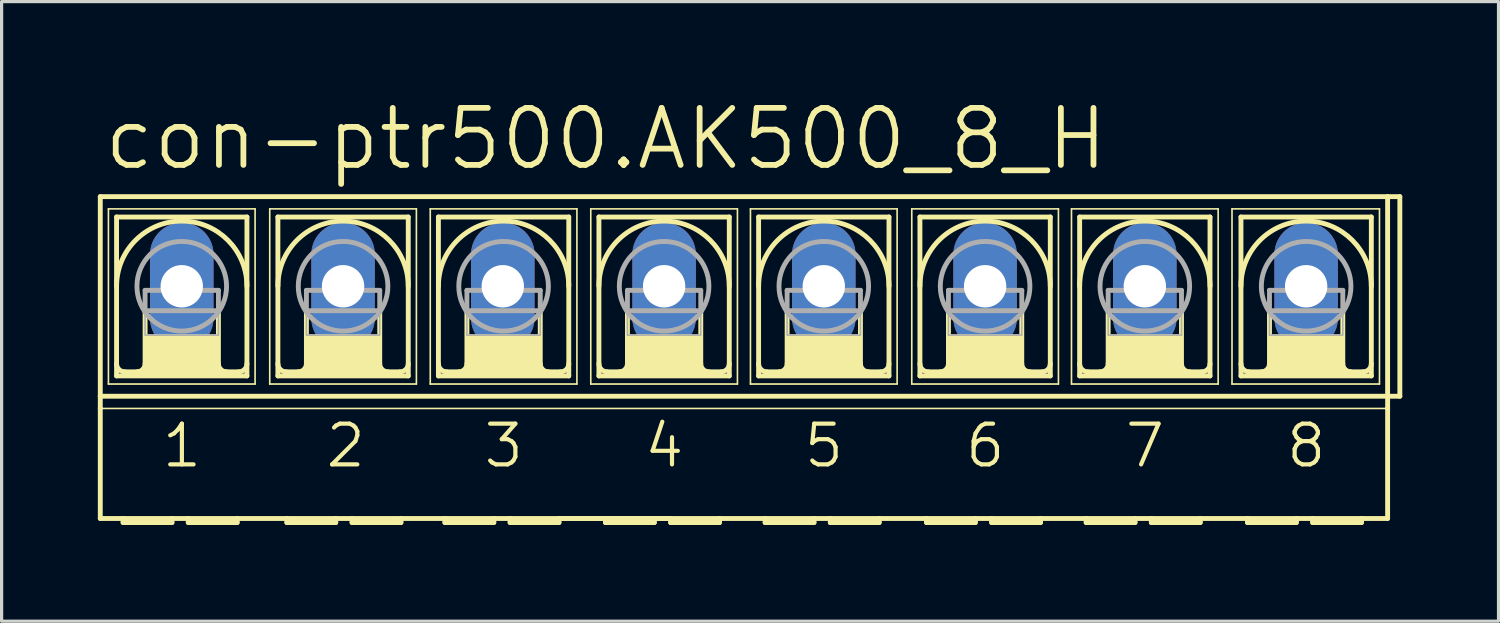
<source format=kicad_pcb>
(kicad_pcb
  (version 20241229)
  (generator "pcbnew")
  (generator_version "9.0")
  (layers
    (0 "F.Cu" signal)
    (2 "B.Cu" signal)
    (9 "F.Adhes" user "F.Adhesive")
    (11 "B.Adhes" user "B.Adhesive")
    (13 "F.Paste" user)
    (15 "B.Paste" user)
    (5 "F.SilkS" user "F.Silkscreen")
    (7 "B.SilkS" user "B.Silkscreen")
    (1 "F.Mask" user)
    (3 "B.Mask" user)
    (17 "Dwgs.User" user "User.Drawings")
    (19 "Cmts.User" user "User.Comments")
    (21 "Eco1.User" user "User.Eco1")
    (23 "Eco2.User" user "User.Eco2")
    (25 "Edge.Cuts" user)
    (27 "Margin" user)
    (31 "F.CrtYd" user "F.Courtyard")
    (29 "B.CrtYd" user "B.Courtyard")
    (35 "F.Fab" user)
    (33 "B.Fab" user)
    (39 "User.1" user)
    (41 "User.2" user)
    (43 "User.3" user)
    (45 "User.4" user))
  (footprint "con-ptr500.AK500_8_H"
    (layer "F.Cu")
    (at 20.142 5.874)
    (property "Reference" "con-ptr500.AK500_8_H" (at -20.041 -3.556 0) (layer "F.SilkS") (effects (font (size 1.778 1.778) (thickness 0.18)) (justify left bottom)))
    (attr through_hole)
    (fp_line (start -20.066 3.429) (end -20.066 -2.794) (stroke (width 0.152) (type default)) (layer "F.SilkS"))
    (fp_line (start -20.066 3.429) (end 20.066 3.429) (stroke (width 0.152) (type default)) (layer "F.SilkS"))
    (fp_line (start -20.066 3.81) (end -20.066 3.429) (stroke (width 0.152) (type default)) (layer "F.SilkS"))
    (fp_line (start -20.066 7.239) (end -20.066 3.81) (stroke (width 0.152) (type default)) (layer "F.SilkS"))
    (fp_line (start -20.066 7.239) (end -19.355 7.239) (stroke (width 0.152) (type default)) (layer "F.SilkS"))
    (fp_line (start -19.812 -2.413) (end -19.812 3.048) (stroke (width 0.051) (type default)) (layer "F.SilkS"))
    (fp_line (start -19.812 -2.413) (end -15.24 -2.413) (stroke (width 0.051) (type default)) (layer "F.SilkS"))
    (fp_line (start -19.558 2.794) (end -19.558 -2.159) (stroke (width 0.152) (type default)) (layer "F.SilkS"))
    (fp_line (start -19.558 2.794) (end -15.494 2.794) (stroke (width 0.152) (type default)) (layer "F.SilkS"))
    (fp_line (start -19.355 7.239) (end -17.831 7.239) (stroke (width 0.152) (type default)) (layer "F.SilkS"))
    (fp_line (start -19.355 7.366) (end -19.355 7.239) (stroke (width 0.152) (type default)) (layer "F.SilkS"))
    (fp_line (start -19.355 7.366) (end -17.831 7.366) (stroke (width 0.152) (type default)) (layer "F.SilkS"))
    (fp_line (start -18.669 0.762) (end -18.669 2.413) (stroke (width 0.152) (type default)) (layer "F.SilkS"))
    (fp_line (start -17.831 7.239) (end -17.831 7.366) (stroke (width 0.152) (type default)) (layer "F.SilkS"))
    (fp_line (start -17.831 7.239) (end -17.323 7.239) (stroke (width 0.152) (type default)) (layer "F.SilkS"))
    (fp_line (start -17.323 7.239) (end -15.799 7.239) (stroke (width 0.152) (type default)) (layer "F.SilkS"))
    (fp_line (start -17.323 7.366) (end -17.323 7.239) (stroke (width 0.152) (type default)) (layer "F.SilkS"))
    (fp_line (start -17.323 7.366) (end -15.799 7.366) (stroke (width 0.152) (type default)) (layer "F.SilkS"))
    (fp_line (start -16.383 0.762) (end -16.383 2.413) (stroke (width 0.152) (type default)) (layer "F.SilkS"))
    (fp_line (start -15.799 7.239) (end -14.249 7.239) (stroke (width 0.152) (type default)) (layer "F.SilkS"))
    (fp_line (start -15.799 7.366) (end -15.799 7.239) (stroke (width 0.152) (type default)) (layer "F.SilkS"))
    (fp_line (start -15.748 2.667) (end -19.304 2.667) (stroke (width 0.152) (type default)) (layer "F.SilkS"))
    (fp_line (start -15.494 -2.159) (end -19.558 -2.159) (stroke (width 0.152) (type default)) (layer "F.SilkS"))
    (fp_line (start -15.494 -2.159) (end -15.494 2.794) (stroke (width 0.152) (type default)) (layer "F.SilkS"))
    (fp_line (start -15.24 -2.413) (end -15.24 3.048) (stroke (width 0.051) (type default)) (layer "F.SilkS"))
    (fp_line (start -15.24 3.048) (end -19.812 3.048) (stroke (width 0.051) (type default)) (layer "F.SilkS"))
    (fp_line (start -14.783 -2.413) (end -14.783 3.048) (stroke (width 0.051) (type default)) (layer "F.SilkS"))
    (fp_line (start -14.783 -2.413) (end -10.211 -2.413) (stroke (width 0.051) (type default)) (layer "F.SilkS"))
    (fp_line (start -14.529 -2.159) (end -14.529 2.794) (stroke (width 0.152) (type default)) (layer "F.SilkS"))
    (fp_line (start -14.529 2.794) (end -10.465 2.794) (stroke (width 0.152) (type default)) (layer "F.SilkS"))
    (fp_line (start -14.249 7.239) (end -12.725 7.239) (stroke (width 0.152) (type default)) (layer "F.SilkS"))
    (fp_line (start -14.249 7.366) (end -14.249 7.239) (stroke (width 0.152) (type default)) (layer "F.SilkS"))
    (fp_line (start -14.249 7.366) (end -12.725 7.366) (stroke (width 0.152) (type default)) (layer "F.SilkS"))
    (fp_line (start -13.64 0.762) (end -13.64 2.413) (stroke (width 0.152) (type default)) (layer "F.SilkS"))
    (fp_line (start -12.725 7.239) (end -12.725 7.366) (stroke (width 0.152) (type default)) (layer "F.SilkS"))
    (fp_line (start -12.725 7.239) (end -12.217 7.239) (stroke (width 0.152) (type default)) (layer "F.SilkS"))
    (fp_line (start -12.217 7.239) (end -10.693 7.239) (stroke (width 0.152) (type default)) (layer "F.SilkS"))
    (fp_line (start -12.217 7.366) (end -12.217 7.239) (stroke (width 0.152) (type default)) (layer "F.SilkS"))
    (fp_line (start -12.217 7.366) (end -10.693 7.366) (stroke (width 0.152) (type default)) (layer "F.SilkS"))
    (fp_line (start -11.354 0.762) (end -11.354 2.413) (stroke (width 0.152) (type default)) (layer "F.SilkS"))
    (fp_line (start -10.719 2.667) (end -14.275 2.667) (stroke (width 0.152) (type default)) (layer "F.SilkS"))
    (fp_line (start -10.693 7.366) (end -10.693 7.239) (stroke (width 0.152) (type default)) (layer "F.SilkS"))
    (fp_line (start -10.465 -2.159) (end -14.529 -2.159) (stroke (width 0.152) (type default)) (layer "F.SilkS"))
    (fp_line (start -10.465 2.794) (end -10.465 -2.159) (stroke (width 0.152) (type default)) (layer "F.SilkS"))
    (fp_line (start -10.211 3.048) (end -14.783 3.048) (stroke (width 0.051) (type default)) (layer "F.SilkS"))
    (fp_line (start -10.211 3.048) (end -10.211 -2.413) (stroke (width 0.051) (type default)) (layer "F.SilkS"))
    (fp_line (start -9.779 -2.413) (end -9.779 3.048) (stroke (width 0.051) (type default)) (layer "F.SilkS"))
    (fp_line (start -9.779 -2.413) (end -5.207 -2.413) (stroke (width 0.051) (type default)) (layer "F.SilkS"))
    (fp_line (start -9.525 2.794) (end -9.525 -2.159) (stroke (width 0.152) (type default)) (layer "F.SilkS"))
    (fp_line (start -9.525 2.794) (end -5.461 2.794) (stroke (width 0.152) (type default)) (layer "F.SilkS"))
    (fp_line (start -9.322 7.239) (end -10.693 7.239) (stroke (width 0.152) (type default)) (layer "F.SilkS"))
    (fp_line (start -9.322 7.239) (end -9.322 7.366) (stroke (width 0.152) (type default)) (layer "F.SilkS"))
    (fp_line (start -9.322 7.239) (end -7.798 7.239) (stroke (width 0.152) (type default)) (layer "F.SilkS"))
    (fp_line (start -9.322 7.366) (end -7.798 7.366) (stroke (width 0.152) (type default)) (layer "F.SilkS"))
    (fp_line (start -8.636 0.762) (end -8.636 2.413) (stroke (width 0.152) (type default)) (layer "F.SilkS"))
    (fp_line (start -7.798 7.239) (end -7.798 7.366) (stroke (width 0.152) (type default)) (layer "F.SilkS"))
    (fp_line (start -7.798 7.239) (end -7.29 7.239) (stroke (width 0.152) (type default)) (layer "F.SilkS"))
    (fp_line (start -7.29 7.239) (end -7.29 7.366) (stroke (width 0.152) (type default)) (layer "F.SilkS"))
    (fp_line (start -7.29 7.239) (end -5.766 7.239) (stroke (width 0.152) (type default)) (layer "F.SilkS"))
    (fp_line (start -7.29 7.366) (end -5.766 7.366) (stroke (width 0.152) (type default)) (layer "F.SilkS"))
    (fp_line (start -6.35 0.762) (end -6.35 2.413) (stroke (width 0.152) (type default)) (layer "F.SilkS"))
    (fp_line (start -5.766 7.366) (end -5.766 7.239) (stroke (width 0.152) (type default)) (layer "F.SilkS"))
    (fp_line (start -5.715 2.667) (end -9.271 2.667) (stroke (width 0.152) (type default)) (layer "F.SilkS"))
    (fp_line (start -5.461 -2.159) (end -9.525 -2.159) (stroke (width 0.152) (type default)) (layer "F.SilkS"))
    (fp_line (start -5.461 -2.159) (end -5.461 2.794) (stroke (width 0.152) (type default)) (layer "F.SilkS"))
    (fp_line (start -5.207 -2.413) (end -5.207 3.048) (stroke (width 0.051) (type default)) (layer "F.SilkS"))
    (fp_line (start -5.207 3.048) (end -9.779 3.048) (stroke (width 0.051) (type default)) (layer "F.SilkS"))
    (fp_line (start -4.775 -2.413) (end -4.775 3.048) (stroke (width 0.051) (type default)) (layer "F.SilkS"))
    (fp_line (start -4.775 -2.413) (end -0.203 -2.413) (stroke (width 0.051) (type default)) (layer "F.SilkS"))
    (fp_line (start -4.521 2.794) (end -4.521 -2.159) (stroke (width 0.152) (type default)) (layer "F.SilkS"))
    (fp_line (start -4.521 2.794) (end -0.457 2.794) (stroke (width 0.152) (type default)) (layer "F.SilkS"))
    (fp_line (start -4.318 7.239) (end -5.664 7.239) (stroke (width 0.152) (type default)) (layer "F.SilkS"))
    (fp_line (start -4.318 7.239) (end -4.318 7.366) (stroke (width 0.152) (type default)) (layer "F.SilkS"))
    (fp_line (start -4.318 7.239) (end -2.794 7.239) (stroke (width 0.152) (type default)) (layer "F.SilkS"))
    (fp_line (start -4.318 7.366) (end -2.794 7.366) (stroke (width 0.152) (type default)) (layer "F.SilkS"))
    (fp_line (start -3.632 0.762) (end -3.632 2.413) (stroke (width 0.152) (type default)) (layer "F.SilkS"))
    (fp_line (start -2.794 7.239) (end -2.794 7.366) (stroke (width 0.152) (type default)) (layer "F.SilkS"))
    (fp_line (start -2.794 7.239) (end -2.286 7.239) (stroke (width 0.152) (type default)) (layer "F.SilkS"))
    (fp_line (start -2.286 7.239) (end -5.766 7.239) (stroke (width 0.152) (type default)) (layer "F.SilkS"))
    (fp_line (start -2.286 7.239) (end -2.286 7.366) (stroke (width 0.152) (type default)) (layer "F.SilkS"))
    (fp_line (start -2.286 7.366) (end -0.762 7.366) (stroke (width 0.152) (type default)) (layer "F.SilkS"))
    (fp_line (start -1.346 0.762) (end -1.346 2.413) (stroke (width 0.152) (type default)) (layer "F.SilkS"))
    (fp_line (start -0.762 7.239) (end -2.286 7.239) (stroke (width 0.152) (type default)) (layer "F.SilkS"))
    (fp_line (start -0.762 7.366) (end -0.762 7.239) (stroke (width 0.152) (type default)) (layer "F.SilkS"))
    (fp_line (start -0.711 2.667) (end -4.267 2.667) (stroke (width 0.152) (type default)) (layer "F.SilkS"))
    (fp_line (start -0.457 -2.159) (end -4.521 -2.159) (stroke (width 0.152) (type default)) (layer "F.SilkS"))
    (fp_line (start -0.457 -2.159) (end -0.457 2.794) (stroke (width 0.152) (type default)) (layer "F.SilkS"))
    (fp_line (start -0.203 -2.413) (end -0.203 3.048) (stroke (width 0.051) (type default)) (layer "F.SilkS"))
    (fp_line (start -0.203 3.048) (end -4.775 3.048) (stroke (width 0.051) (type default)) (layer "F.SilkS"))
    (fp_line (start 0.203 -2.413) (end 0.203 3.048) (stroke (width 0.051) (type default)) (layer "F.SilkS"))
    (fp_line (start 0.203 -2.413) (end 4.775 -2.413) (stroke (width 0.051) (type default)) (layer "F.SilkS"))
    (fp_line (start 0.457 2.794) (end 0.457 -2.159) (stroke (width 0.152) (type default)) (layer "F.SilkS"))
    (fp_line (start 0.457 2.794) (end 4.521 2.794) (stroke (width 0.152) (type default)) (layer "F.SilkS"))
    (fp_line (start 0.66 7.239) (end -0.762 7.239) (stroke (width 0.152) (type default)) (layer "F.SilkS"))
    (fp_line (start 0.66 7.366) (end 0.66 7.239) (stroke (width 0.152) (type default)) (layer "F.SilkS"))
    (fp_line (start 0.66 7.366) (end 2.184 7.366) (stroke (width 0.152) (type default)) (layer "F.SilkS"))
    (fp_line (start 1.346 0.762) (end 1.346 2.413) (stroke (width 0.152) (type default)) (layer "F.SilkS"))
    (fp_line (start 2.184 7.239) (end 0.66 7.239) (stroke (width 0.152) (type default)) (layer "F.SilkS"))
    (fp_line (start 2.184 7.239) (end 2.184 7.366) (stroke (width 0.152) (type default)) (layer "F.SilkS"))
    (fp_line (start 2.692 7.239) (end 2.184 7.239) (stroke (width 0.152) (type default)) (layer "F.SilkS"))
    (fp_line (start 2.692 7.366) (end 2.692 7.239) (stroke (width 0.152) (type default)) (layer "F.SilkS"))
    (fp_line (start 2.692 7.366) (end 4.216 7.366) (stroke (width 0.152) (type default)) (layer "F.SilkS"))
    (fp_line (start 3.632 0.762) (end 3.632 2.413) (stroke (width 0.152) (type default)) (layer "F.SilkS"))
    (fp_line (start 4.216 7.239) (end 2.692 7.239) (stroke (width 0.152) (type default)) (layer "F.SilkS"))
    (fp_line (start 4.216 7.366) (end 4.216 7.239) (stroke (width 0.152) (type default)) (layer "F.SilkS"))
    (fp_line (start 4.267 2.667) (end 0.711 2.667) (stroke (width 0.152) (type default)) (layer "F.SilkS"))
    (fp_line (start 4.521 -2.159) (end 0.457 -2.159) (stroke (width 0.152) (type default)) (layer "F.SilkS"))
    (fp_line (start 4.521 -2.159) (end 4.521 2.794) (stroke (width 0.152) (type default)) (layer "F.SilkS"))
    (fp_line (start 4.775 -2.413) (end 4.775 3.048) (stroke (width 0.051) (type default)) (layer "F.SilkS"))
    (fp_line (start 4.775 3.048) (end 0.203 3.048) (stroke (width 0.051) (type default)) (layer "F.SilkS"))
    (fp_line (start 5.232 -2.413) (end 5.232 3.048) (stroke (width 0.051) (type default)) (layer "F.SilkS"))
    (fp_line (start 5.232 -2.413) (end 9.804 -2.413) (stroke (width 0.051) (type default)) (layer "F.SilkS"))
    (fp_line (start 5.486 2.794) (end 5.486 -2.159) (stroke (width 0.152) (type default)) (layer "F.SilkS"))
    (fp_line (start 5.486 2.794) (end 9.55 2.794) (stroke (width 0.152) (type default)) (layer "F.SilkS"))
    (fp_line (start 5.69 7.239) (end 4.216 7.239) (stroke (width 0.152) (type default)) (layer "F.SilkS"))
    (fp_line (start 5.69 7.366) (end 5.69 7.239) (stroke (width 0.152) (type default)) (layer "F.SilkS"))
    (fp_line (start 5.69 7.366) (end 7.214 7.366) (stroke (width 0.152) (type default)) (layer "F.SilkS"))
    (fp_line (start 6.375 0.762) (end 6.375 2.413) (stroke (width 0.152) (type default)) (layer "F.SilkS"))
    (fp_line (start 7.214 7.239) (end 5.69 7.239) (stroke (width 0.152) (type default)) (layer "F.SilkS"))
    (fp_line (start 7.214 7.239) (end 7.214 7.366) (stroke (width 0.152) (type default)) (layer "F.SilkS"))
    (fp_line (start 7.722 7.239) (end 7.214 7.239) (stroke (width 0.152) (type default)) (layer "F.SilkS"))
    (fp_line (start 7.722 7.239) (end 9.246 7.239) (stroke (width 0.152) (type default)) (layer "F.SilkS"))
    (fp_line (start 7.722 7.366) (end 7.722 7.239) (stroke (width 0.152) (type default)) (layer "F.SilkS"))
    (fp_line (start 7.722 7.366) (end 9.246 7.366) (stroke (width 0.152) (type default)) (layer "F.SilkS"))
    (fp_line (start 8.661 0.762) (end 8.661 2.413) (stroke (width 0.152) (type default)) (layer "F.SilkS"))
    (fp_line (start 9.246 7.239) (end 10.668 7.239) (stroke (width 0.152) (type default)) (layer "F.SilkS"))
    (fp_line (start 9.246 7.366) (end 9.246 7.239) (stroke (width 0.152) (type default)) (layer "F.SilkS"))
    (fp_line (start 9.296 2.667) (end 5.74 2.667) (stroke (width 0.152) (type default)) (layer "F.SilkS"))
    (fp_line (start 9.55 -2.159) (end 5.486 -2.159) (stroke (width 0.152) (type default)) (layer "F.SilkS"))
    (fp_line (start 9.55 -2.159) (end 9.55 2.794) (stroke (width 0.152) (type default)) (layer "F.SilkS"))
    (fp_line (start 9.804 -2.413) (end 9.804 3.048) (stroke (width 0.051) (type default)) (layer "F.SilkS"))
    (fp_line (start 9.804 3.048) (end 5.232 3.048) (stroke (width 0.051) (type default)) (layer "F.SilkS"))
    (fp_line (start 10.211 -2.413) (end 10.211 3.048) (stroke (width 0.051) (type default)) (layer "F.SilkS"))
    (fp_line (start 10.211 -2.413) (end 14.783 -2.413) (stroke (width 0.051) (type default)) (layer "F.SilkS"))
    (fp_line (start 10.465 2.794) (end 10.465 -2.159) (stroke (width 0.152) (type default)) (layer "F.SilkS"))
    (fp_line (start 10.465 2.794) (end 14.529 2.794) (stroke (width 0.152) (type default)) (layer "F.SilkS"))
    (fp_line (start 10.668 7.366) (end 10.668 7.239) (stroke (width 0.152) (type default)) (layer "F.SilkS"))
    (fp_line (start 10.668 7.366) (end 12.192 7.366) (stroke (width 0.152) (type default)) (layer "F.SilkS"))
    (fp_line (start 11.354 0.762) (end 11.354 2.413) (stroke (width 0.152) (type default)) (layer "F.SilkS"))
    (fp_line (start 12.192 7.239) (end 10.668 7.239) (stroke (width 0.152) (type default)) (layer "F.SilkS"))
    (fp_line (start 12.192 7.239) (end 12.192 7.366) (stroke (width 0.152) (type default)) (layer "F.SilkS"))
    (fp_line (start 12.7 7.239) (end 12.192 7.239) (stroke (width 0.152) (type default)) (layer "F.SilkS"))
    (fp_line (start 12.7 7.239) (end 14.224 7.239) (stroke (width 0.152) (type default)) (layer "F.SilkS"))
    (fp_line (start 12.7 7.366) (end 12.7 7.239) (stroke (width 0.152) (type default)) (layer "F.SilkS"))
    (fp_line (start 12.7 7.366) (end 14.224 7.366) (stroke (width 0.152) (type default)) (layer "F.SilkS"))
    (fp_line (start 13.64 0.762) (end 13.64 2.413) (stroke (width 0.152) (type default)) (layer "F.SilkS"))
    (fp_line (start 14.224 7.366) (end 14.224 7.239) (stroke (width 0.152) (type default)) (layer "F.SilkS"))
    (fp_line (start 14.275 2.667) (end 10.719 2.667) (stroke (width 0.152) (type default)) (layer "F.SilkS"))
    (fp_line (start 14.529 -2.159) (end 10.465 -2.159) (stroke (width 0.152) (type default)) (layer "F.SilkS"))
    (fp_line (start 14.529 -2.159) (end 14.529 2.794) (stroke (width 0.152) (type default)) (layer "F.SilkS"))
    (fp_line (start 14.783 -2.413) (end 14.783 3.048) (stroke (width 0.051) (type default)) (layer "F.SilkS"))
    (fp_line (start 14.783 3.048) (end 10.211 3.048) (stroke (width 0.051) (type default)) (layer "F.SilkS"))
    (fp_line (start 15.215 -2.413) (end 15.215 3.048) (stroke (width 0.051) (type default)) (layer "F.SilkS"))
    (fp_line (start 15.215 -2.413) (end 19.812 -2.413) (stroke (width 0.051) (type default)) (layer "F.SilkS"))
    (fp_line (start 15.494 2.794) (end 15.494 -2.159) (stroke (width 0.152) (type default)) (layer "F.SilkS"))
    (fp_line (start 15.494 2.794) (end 19.558 2.794) (stroke (width 0.152) (type default)) (layer "F.SilkS"))
    (fp_line (start 15.697 7.239) (end 14.224 7.239) (stroke (width 0.152) (type default)) (layer "F.SilkS"))
    (fp_line (start 15.697 7.239) (end 17.221 7.239) (stroke (width 0.152) (type default)) (layer "F.SilkS"))
    (fp_line (start 15.697 7.366) (end 15.697 7.239) (stroke (width 0.152) (type default)) (layer "F.SilkS"))
    (fp_line (start 15.697 7.366) (end 17.221 7.366) (stroke (width 0.152) (type default)) (layer "F.SilkS"))
    (fp_line (start 16.383 0.762) (end 16.383 2.413) (stroke (width 0.152) (type default)) (layer "F.SilkS"))
    (fp_line (start 17.221 7.239) (end 17.221 7.366) (stroke (width 0.152) (type default)) (layer "F.SilkS"))
    (fp_line (start 17.221 7.239) (end 17.729 7.239) (stroke (width 0.152) (type default)) (layer "F.SilkS"))
    (fp_line (start 17.729 7.239) (end 19.253 7.239) (stroke (width 0.152) (type default)) (layer "F.SilkS"))
    (fp_line (start 17.729 7.366) (end 17.729 7.239) (stroke (width 0.152) (type default)) (layer "F.SilkS"))
    (fp_line (start 17.729 7.366) (end 19.253 7.366) (stroke (width 0.152) (type default)) (layer "F.SilkS"))
    (fp_line (start 18.669 0.762) (end 18.669 2.413) (stroke (width 0.152) (type default)) (layer "F.SilkS"))
    (fp_line (start 19.253 7.239) (end 20.066 7.239) (stroke (width 0.152) (type default)) (layer "F.SilkS"))
    (fp_line (start 19.253 7.366) (end 19.253 7.239) (stroke (width 0.152) (type default)) (layer "F.SilkS"))
    (fp_line (start 19.304 2.667) (end 15.748 2.667) (stroke (width 0.152) (type default)) (layer "F.SilkS"))
    (fp_line (start 19.558 -2.159) (end 15.494 -2.159) (stroke (width 0.152) (type default)) (layer "F.SilkS"))
    (fp_line (start 19.558 -2.159) (end 19.558 2.794) (stroke (width 0.152) (type default)) (layer "F.SilkS"))
    (fp_line (start 19.812 -2.413) (end 19.812 3.048) (stroke (width 0.051) (type default)) (layer "F.SilkS"))
    (fp_line (start 19.812 3.048) (end 15.215 3.048) (stroke (width 0.051) (type default)) (layer "F.SilkS"))
    (fp_line (start 20.066 -2.794) (end -20.066 -2.794) (stroke (width 0.152) (type default)) (layer "F.SilkS"))
    (fp_line (start 20.066 -2.794) (end 20.066 3.429) (stroke (width 0.152) (type default)) (layer "F.SilkS"))
    (fp_line (start 20.066 3.429) (end 20.066 3.81) (stroke (width 0.152) (type default)) (layer "F.SilkS"))
    (fp_line (start 20.066 3.81) (end -20.066 3.81) (stroke (width 0.051) (type default)) (layer "F.SilkS"))
    (fp_line (start 20.066 3.81) (end 20.066 7.239) (stroke (width 0.152) (type default)) (layer "F.SilkS"))
    (fp_line (start 20.447 -2.794) (end 20.066 -2.794) (stroke (width 0.152) (type default)) (layer "F.SilkS"))
    (fp_line (start 20.447 -2.794) (end 20.447 3.429) (stroke (width 0.152) (type default)) (layer "F.SilkS"))
    (fp_line (start 20.447 3.429) (end 20.066 3.429) (stroke (width 0.152) (type default)) (layer "F.SilkS"))
    (fp_rect (start -18.669 2.667) (end -16.383 1.524) (stroke (width 0.05) (type default)) (fill yes) (layer "F.SilkS"))
    (fp_rect (start -13.64 2.667) (end -11.354 1.524) (stroke (width 0.05) (type default)) (fill yes) (layer "F.SilkS"))
    (fp_rect (start -8.636 2.667) (end -6.35 1.524) (stroke (width 0.05) (type default)) (fill yes) (layer "F.SilkS"))
    (fp_rect (start -3.632 2.667) (end -1.346 1.524) (stroke (width 0.05) (type default)) (fill yes) (layer "F.SilkS"))
    (fp_rect (start 1.346 2.667) (end 3.632 1.524) (stroke (width 0.05) (type default)) (fill yes) (layer "F.SilkS"))
    (fp_rect (start 6.375 2.667) (end 8.661 1.524) (stroke (width 0.05) (type default)) (fill yes) (layer "F.SilkS"))
    (fp_rect (start 11.354 2.667) (end 13.64 1.524) (stroke (width 0.05) (type default)) (fill yes) (layer "F.SilkS"))
    (fp_rect (start 16.383 2.667) (end 18.669 1.524) (stroke (width 0.05) (type default)) (fill yes) (layer "F.SilkS"))
    (fp_arc (start -19.558 0) (mid -17.526 -2.032) (end -15.494 0) (stroke (width 0.1524) (type default)) (layer "F.SilkS"))
    (fp_arc (start -19.304 2.667) (mid -19.483605 2.592605) (end -19.558 2.413) (stroke (width 0.1524) (type default)) (layer "F.SilkS"))
    (fp_arc (start -18.669 2.413) (mid -18.743395 2.592605) (end -18.923 2.667) (stroke (width 0.1524) (type default)) (layer "F.SilkS"))
    (fp_arc (start -16.129 2.667) (mid -16.308605 2.592605) (end -16.383 2.413) (stroke (width 0.1524) (type default)) (layer "F.SilkS"))
    (fp_arc (start -15.494 2.413) (mid -15.568395 2.592605) (end -15.748 2.667) (stroke (width 0.1524) (type default)) (layer "F.SilkS"))
    (fp_arc (start -14.5288 0) (mid -12.4968 -2.032) (end -10.4648 0) (stroke (width 0.1524) (type default)) (layer "F.SilkS"))
    (fp_arc (start -14.2748 2.667) (mid -14.454405 2.592605) (end -14.5288 2.413) (stroke (width 0.1524) (type default)) (layer "F.SilkS"))
    (fp_arc (start -13.6398 2.413) (mid -13.714195 2.592605) (end -13.8938 2.667) (stroke (width 0.1524) (type default)) (layer "F.SilkS"))
    (fp_arc (start -11.0998 2.667) (mid -11.279405 2.592605) (end -11.3538 2.413) (stroke (width 0.1524) (type default)) (layer "F.SilkS"))
    (fp_arc (start -10.4648 2.413) (mid -10.539195 2.592605) (end -10.7188 2.667) (stroke (width 0.1524) (type default)) (layer "F.SilkS"))
    (fp_arc (start -9.525 0) (mid -7.493 -2.032) (end -5.461 0) (stroke (width 0.1524) (type default)) (layer "F.SilkS"))
    (fp_arc (start -9.271 2.667) (mid -9.450605 2.592605) (end -9.525 2.413) (stroke (width 0.1524) (type default)) (layer "F.SilkS"))
    (fp_arc (start -8.636 2.413) (mid -8.710395 2.592605) (end -8.89 2.667) (stroke (width 0.1524) (type default)) (layer "F.SilkS"))
    (fp_arc (start -6.096 2.667) (mid -6.275605 2.592605) (end -6.35 2.413) (stroke (width 0.1524) (type default)) (layer "F.SilkS"))
    (fp_arc (start -5.461 2.413) (mid -5.535395 2.592605) (end -5.715 2.667) (stroke (width 0.1524) (type default)) (layer "F.SilkS"))
    (fp_arc (start -4.5212 0) (mid -2.4892 -2.032) (end -0.4572 0) (stroke (width 0.1524) (type default)) (layer "F.SilkS"))
    (fp_arc (start -4.2672 2.667) (mid -4.446805 2.592605) (end -4.5212 2.413) (stroke (width 0.1524) (type default)) (layer "F.SilkS"))
    (fp_arc (start -3.6322 2.413) (mid -3.706595 2.592605) (end -3.8862 2.667) (stroke (width 0.1524) (type default)) (layer "F.SilkS"))
    (fp_arc (start -1.0922 2.667) (mid -1.271805 2.592605) (end -1.3462 2.413) (stroke (width 0.1524) (type default)) (layer "F.SilkS"))
    (fp_arc (start -0.4572 2.413) (mid -0.531595 2.592605) (end -0.7112 2.667) (stroke (width 0.1524) (type default)) (layer "F.SilkS"))
    (fp_arc (start 0.4572 0) (mid 2.4892 -2.032) (end 4.5212 0) (stroke (width 0.1524) (type default)) (layer "F.SilkS"))
    (fp_arc (start 0.7112 2.667) (mid 0.531595 2.592605) (end 0.4572 2.413) (stroke (width 0.1524) (type default)) (layer "F.SilkS"))
    (fp_arc (start 1.3462 2.413) (mid 1.271805 2.592605) (end 1.0922 2.667) (stroke (width 0.1524) (type default)) (layer "F.SilkS"))
    (fp_arc (start 3.8862 2.667) (mid 3.706595 2.592605) (end 3.6322 2.413) (stroke (width 0.1524) (type default)) (layer "F.SilkS"))
    (fp_arc (start 4.5212 2.413) (mid 4.446805 2.592605) (end 4.2672 2.667) (stroke (width 0.1524) (type default)) (layer "F.SilkS"))
    (fp_arc (start 5.4864 0) (mid 7.5184 -2.032) (end 9.5504 0) (stroke (width 0.1524) (type default)) (layer "F.SilkS"))
    (fp_arc (start 5.7404 2.667) (mid 5.560795 2.592605) (end 5.4864 2.413) (stroke (width 0.1524) (type default)) (layer "F.SilkS"))
    (fp_arc (start 6.3754 2.413) (mid 6.301005 2.592605) (end 6.1214 2.667) (stroke (width 0.1524) (type default)) (layer "F.SilkS"))
    (fp_arc (start 8.9154 2.667) (mid 8.735795 2.592605) (end 8.6614 2.413) (stroke (width 0.1524) (type default)) (layer "F.SilkS"))
    (fp_arc (start 9.5504 2.413) (mid 9.476005 2.592605) (end 9.2964 2.667) (stroke (width 0.1524) (type default)) (layer "F.SilkS"))
    (fp_arc (start 10.4648 0) (mid 12.4968 -2.032) (end 14.5288 0) (stroke (width 0.1524) (type default)) (layer "F.SilkS"))
    (fp_arc (start 10.7188 2.667) (mid 10.539195 2.592605) (end 10.4648 2.413) (stroke (width 0.1524) (type default)) (layer "F.SilkS"))
    (fp_arc (start 11.3538 2.413) (mid 11.279405 2.592605) (end 11.0998 2.667) (stroke (width 0.1524) (type default)) (layer "F.SilkS"))
    (fp_arc (start 13.8938 2.667) (mid 13.714195 2.592605) (end 13.6398 2.413) (stroke (width 0.1524) (type default)) (layer "F.SilkS"))
    (fp_arc (start 14.5288 2.413) (mid 14.454405 2.592605) (end 14.2748 2.667) (stroke (width 0.1524) (type default)) (layer "F.SilkS"))
    (fp_arc (start 15.494 0) (mid 17.526 -2.032) (end 19.558 0) (stroke (width 0.1524) (type default)) (layer "F.SilkS"))
    (fp_arc (start 15.748 2.667) (mid 15.568395 2.592605) (end 15.494 2.413) (stroke (width 0.1524) (type default)) (layer "F.SilkS"))
    (fp_arc (start 16.383 2.413) (mid 16.308605 2.592605) (end 16.129 2.667) (stroke (width 0.1524) (type default)) (layer "F.SilkS"))
    (fp_arc (start 18.923 2.667) (mid 18.743395 2.592605) (end 18.669 2.413) (stroke (width 0.1524) (type default)) (layer "F.SilkS"))
    (fp_arc (start 19.558 2.413) (mid 19.483605 2.592605) (end 19.304 2.667) (stroke (width 0.1524) (type default)) (layer "F.SilkS"))
    (fp_line (start -18.669 0.127) (end -18.669 0.762) (stroke (width 0.152) (type default)) (layer "F.Fab"))
    (fp_line (start -18.669 0.127) (end -16.383 0.127) (stroke (width 0.152) (type default)) (layer "F.Fab"))
    (fp_line (start -18.669 0.762) (end -16.383 0.762) (stroke (width 0.152) (type default)) (layer "F.Fab"))
    (fp_line (start -16.383 0.127) (end -16.383 0.762) (stroke (width 0.152) (type default)) (layer "F.Fab"))
    (fp_line (start -13.64 0.127) (end -13.64 0.762) (stroke (width 0.152) (type default)) (layer "F.Fab"))
    (fp_line (start -13.64 0.127) (end -11.354 0.127) (stroke (width 0.152) (type default)) (layer "F.Fab"))
    (fp_line (start -13.64 0.762) (end -11.354 0.762) (stroke (width 0.152) (type default)) (layer "F.Fab"))
    (fp_line (start -11.354 0.127) (end -11.354 0.762) (stroke (width 0.152) (type default)) (layer "F.Fab"))
    (fp_line (start -8.636 0.127) (end -8.636 0.762) (stroke (width 0.152) (type default)) (layer "F.Fab"))
    (fp_line (start -8.636 0.127) (end -6.35 0.127) (stroke (width 0.152) (type default)) (layer "F.Fab"))
    (fp_line (start -8.636 0.762) (end -6.35 0.762) (stroke (width 0.152) (type default)) (layer "F.Fab"))
    (fp_line (start -6.35 0.127) (end -6.35 0.762) (stroke (width 0.152) (type default)) (layer "F.Fab"))
    (fp_line (start -3.632 0.127) (end -3.632 0.762) (stroke (width 0.152) (type default)) (layer "F.Fab"))
    (fp_line (start -3.632 0.127) (end -1.346 0.127) (stroke (width 0.152) (type default)) (layer "F.Fab"))
    (fp_line (start -3.632 0.762) (end -1.346 0.762) (stroke (width 0.152) (type default)) (layer "F.Fab"))
    (fp_line (start -1.346 0.127) (end -1.346 0.762) (stroke (width 0.152) (type default)) (layer "F.Fab"))
    (fp_line (start 1.346 0.127) (end 1.346 0.762) (stroke (width 0.152) (type default)) (layer "F.Fab"))
    (fp_line (start 1.346 0.127) (end 3.632 0.127) (stroke (width 0.152) (type default)) (layer "F.Fab"))
    (fp_line (start 1.346 0.762) (end 3.632 0.762) (stroke (width 0.152) (type default)) (layer "F.Fab"))
    (fp_line (start 3.632 0.127) (end 3.632 0.762) (stroke (width 0.152) (type default)) (layer "F.Fab"))
    (fp_line (start 6.375 0.127) (end 6.375 0.762) (stroke (width 0.152) (type default)) (layer "F.Fab"))
    (fp_line (start 6.375 0.127) (end 8.661 0.127) (stroke (width 0.152) (type default)) (layer "F.Fab"))
    (fp_line (start 6.375 0.762) (end 8.661 0.762) (stroke (width 0.152) (type default)) (layer "F.Fab"))
    (fp_line (start 8.661 0.127) (end 8.661 0.762) (stroke (width 0.152) (type default)) (layer "F.Fab"))
    (fp_line (start 11.354 0.127) (end 11.354 0.762) (stroke (width 0.152) (type default)) (layer "F.Fab"))
    (fp_line (start 11.354 0.127) (end 13.64 0.127) (stroke (width 0.152) (type default)) (layer "F.Fab"))
    (fp_line (start 11.354 0.762) (end 13.64 0.762) (stroke (width 0.152) (type default)) (layer "F.Fab"))
    (fp_line (start 13.64 0.127) (end 13.64 0.762) (stroke (width 0.152) (type default)) (layer "F.Fab"))
    (fp_line (start 16.383 0.127) (end 16.383 0.762) (stroke (width 0.152) (type default)) (layer "F.Fab"))
    (fp_line (start 16.383 0.127) (end 18.669 0.127) (stroke (width 0.152) (type default)) (layer "F.Fab"))
    (fp_line (start 16.383 0.762) (end 18.669 0.762) (stroke (width 0.152) (type default)) (layer "F.Fab"))
    (fp_line (start 18.669 0.127) (end 18.669 0.762) (stroke (width 0.152) (type default)) (layer "F.Fab"))
    (fp_rect (start -18.669 1.524) (end -16.383 0.762) (stroke (width 0.05) (type default)) (fill no) (layer "F.Fab"))
    (fp_rect (start -13.64 1.524) (end -11.354 0.762) (stroke (width 0.05) (type default)) (fill no) (layer "F.Fab"))
    (fp_rect (start -8.636 1.524) (end -6.35 0.762) (stroke (width 0.05) (type default)) (fill no) (layer "F.Fab"))
    (fp_rect (start -3.632 1.524) (end -1.346 0.762) (stroke (width 0.05) (type default)) (fill no) (layer "F.Fab"))
    (fp_rect (start 1.346 1.524) (end 3.632 0.762) (stroke (width 0.05) (type default)) (fill no) (layer "F.Fab"))
    (fp_rect (start 6.375 1.524) (end 8.661 0.762) (stroke (width 0.05) (type default)) (fill no) (layer "F.Fab"))
    (fp_rect (start 11.354 1.524) (end 13.64 0.762) (stroke (width 0.05) (type default)) (fill no) (layer "F.Fab"))
    (fp_rect (start 16.383 1.524) (end 18.669 0.762) (stroke (width 0.05) (type default)) (fill no) (layer "F.Fab"))
    (fp_circle (center -17.526 0) (end -16.129 0) (stroke (width 0.152) (type default)) (fill no) (layer "F.Fab"))
    (fp_circle (center -12.497 0) (end -11.1 0) (stroke (width 0.152) (type default)) (fill no) (layer "F.Fab"))
    (fp_circle (center -7.493 0) (end -6.096 0) (stroke (width 0.152) (type default)) (fill no) (layer "F.Fab"))
    (fp_circle (center -2.489 0) (end -1.092 0) (stroke (width 0.152) (type default)) (fill no) (layer "F.Fab"))
    (fp_circle (center 2.489 0) (end 3.886 0) (stroke (width 0.152) (type default)) (fill no) (layer "F.Fab"))
    (fp_circle (center 7.518 0) (end 8.915 0) (stroke (width 0.152) (type default)) (fill no) (layer "F.Fab"))
    (fp_circle (center 12.497 0) (end 13.894 0) (stroke (width 0.152) (type default)) (fill no) (layer "F.Fab"))
    (fp_circle (center 17.526 0) (end 18.923 0) (stroke (width 0.152) (type default)) (fill no) (layer "F.Fab"))
    (fp_text user "5" (at 1.803 5.715 0) (layer "F.SilkS") (effects (font (size 1.27 1.27) (thickness 0.13)) (justify left bottom)))
    (fp_text user "3" (at -8.179 5.715 0) (layer "F.SilkS") (effects (font (size 1.27 1.27) (thickness 0.13)) (justify left bottom)))
    (fp_text user "8" (at 16.84 5.715 0) (layer "F.SilkS") (effects (font (size 1.27 1.27) (thickness 0.13)) (justify left bottom)))
    (fp_text user "1" (at -18.212 5.715 0) (layer "F.SilkS") (effects (font (size 1.27 1.27) (thickness 0.13)) (justify left bottom)))
    (fp_text user "6" (at 6.833 5.715 0) (layer "F.SilkS") (effects (font (size 1.27 1.27) (thickness 0.13)) (justify left bottom)))
    (fp_text user "7" (at 11.811 5.715 0) (layer "F.SilkS") (effects (font (size 1.27 1.27) (thickness 0.13)) (justify left bottom)))
    (fp_text user "4" (at -3.175 5.715 0) (layer "F.SilkS") (effects (font (size 1.27 1.27) (thickness 0.13)) (justify left bottom)))
    (fp_text user "2" (at -13.106 5.715 0) (layer "F.SilkS") (effects (font (size 1.27 1.27) (thickness 0.13)) (justify left bottom)))
    (pad "1" thru_hole oval (at -17.526 0 90) (size 3.962 1.981) (drill 1.321) (layers "*.Cu" "*.Mask"))
    (pad "2" thru_hole oval (at -12.497 0 90) (size 3.962 1.981) (drill 1.321) (layers "*.Cu" "*.Mask"))
    (pad "3" thru_hole oval (at -7.518 0 90) (size 3.962 1.981) (drill 1.321) (layers "*.Cu" "*.Mask"))
    (pad "4" thru_hole oval (at -2.489 0 90) (size 3.962 1.981) (drill 1.321) (layers "*.Cu" "*.Mask"))
    (pad "5" thru_hole oval (at 2.489 0 90) (size 3.962 1.981) (drill 1.321) (layers "*.Cu" "*.Mask"))
    (pad "6" thru_hole oval (at 7.518 0 90) (size 3.962 1.981) (drill 1.321) (layers "*.Cu" "*.Mask"))
    (pad "7" thru_hole oval (at 12.497 0 90) (size 3.962 1.981) (drill 1.321) (layers "*.Cu" "*.Mask"))
    (pad "8" thru_hole oval (at 17.526 0 90) (size 3.962 1.981) (drill 1.321) (layers "*.Cu" "*.Mask")))
  (gr_rect
    (start -3 -3)
    (end 43.665 16.316)
    (stroke (width 0.1) (type default))
    (fill no)
    (layer "Edge.Cuts")))
</source>
